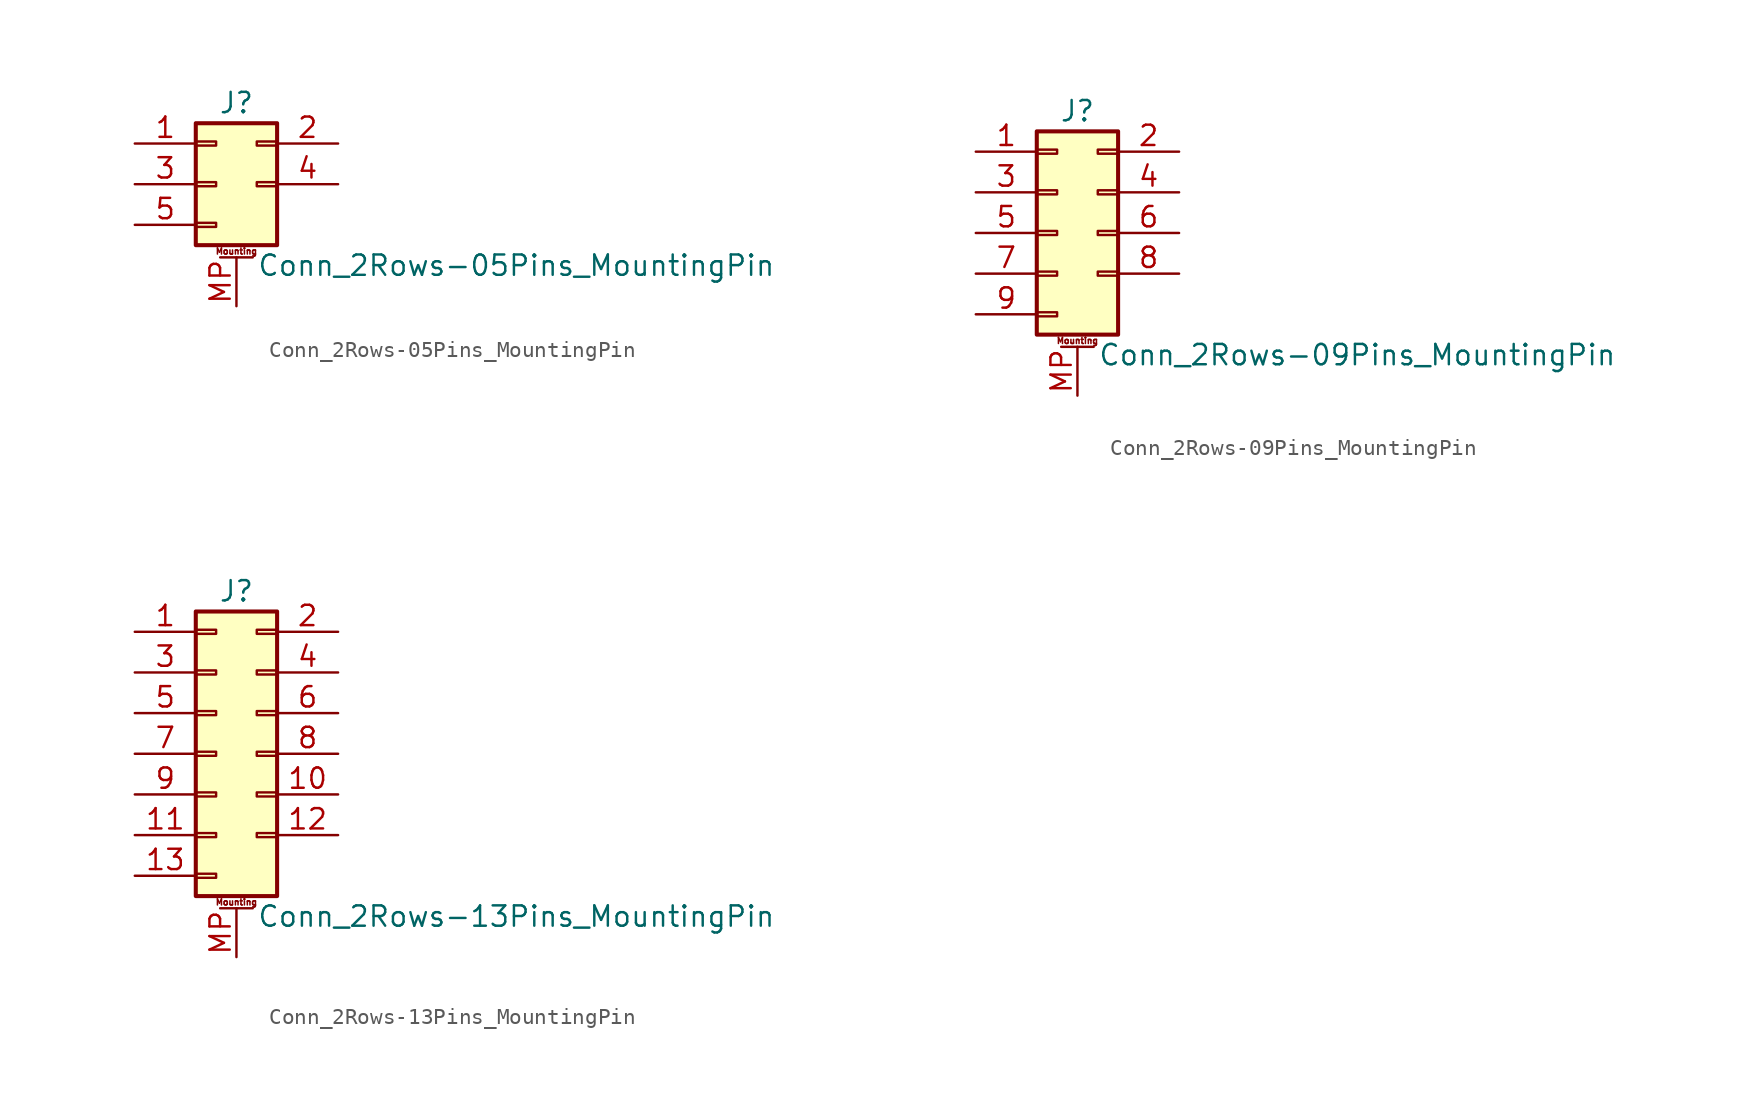
<source format=kicad_sym>
(kicad_symbol_lib
  (version 20211014)
  (generator kicad_symbol_editor)
  (symbol "Conn_2Rows-05Pins_MountingPin"
    (pin_names
      (offset 1.016) hide)
    (property "Reference" "J"
      (at 1.27 5.08 0)
      (effects (font (size 1.27 1.27))))
    (property "Value" "Conn_2Rows-05Pins_MountingPin"
      (at 2.54 -5.08 0)
      (effects (font (size 1.27 1.27)) (justify left)))
    (symbol "Conn_2Rows-05Pins_MountingPin_1_1"
      (rectangle (start -1.27 -2.413) (end 0 -2.667) (stroke (width 0.152) (type default) (color 0 0 0 0)) (fill (type none)))
      (rectangle (start -1.27 0.127) (end 0 -0.127) (stroke (width 0.152) (type default) (color 0 0 0 0)) (fill (type none)))
      (rectangle (start -1.27 2.667) (end 0 2.413) (stroke (width 0.152) (type default) (color 0 0 0 0)) (fill (type none)))
      (rectangle (start -1.27 3.81) (end 3.81 -3.81) (stroke (width 0.254) (type default) (color 0 0 0 0)) (fill (type background)))
      (polyline (pts (xy 0.254 -4.572) (xy 2.286 -4.572)) (stroke (width 0.152) (type default) (color 0 0 0 0)) (fill (type none)))
      (rectangle (start 3.81 0.127) (end 2.54 -0.127) (stroke (width 0.152) (type default) (color 0 0 0 0)) (fill (type none)))
      (rectangle (start 3.81 2.667) (end 2.54 2.413) (stroke (width 0.152) (type default) (color 0 0 0 0)) (fill (type none)))
      (text "Mounting" (at 1.27 -4.191 0) (effects (font (size 0.381 0.381))))
      (pin passive line (at -5.08 2.54 0) (length 3.81) (name "Pin_1" (effects (font (size 1.27 1.27)))) (number "1" (effects (font (size 1.27 1.27)))))
      (pin passive line (at 7.62 2.54 180) (length 3.81) (name "Pin_2" (effects (font (size 1.27 1.27)))) (number "2" (effects (font (size 1.27 1.27)))))
      (pin passive line (at -5.08 0 0) (length 3.81) (name "Pin_3" (effects (font (size 1.27 1.27)))) (number "3" (effects (font (size 1.27 1.27)))))
      (pin passive line (at 7.62 0 180) (length 3.81) (name "Pin_4" (effects (font (size 1.27 1.27)))) (number "4" (effects (font (size 1.27 1.27)))))
      (pin passive line (at -5.08 -2.54 0) (length 3.81) (name "Pin_5" (effects (font (size 1.27 1.27)))) (number "5" (effects (font (size 1.27 1.27)))))
      (pin passive line (at 1.27 -7.62 90) (length 3.048) (name "MountPin" (effects (font (size 1.27 1.27)))) (number "MP" (effects (font (size 1.27 1.27)))))))
  (symbol "Conn_2Rows-09Pins_MountingPin"
    (pin_names
      (offset 1.016) hide)
    (property "Reference" "J"
      (at 1.27 7.62 0)
      (effects (font (size 1.27 1.27))))
    (property "Value" "Conn_2Rows-09Pins_MountingPin"
      (at 2.54 -7.62 0)
      (effects (font (size 1.27 1.27)) (justify left)))
    (symbol "Conn_2Rows-09Pins_MountingPin_1_1"
      (rectangle (start -1.27 -4.953) (end 0 -5.207) (stroke (width 0.152) (type default) (color 0 0 0 0)) (fill (type none)))
      (rectangle (start -1.27 -2.413) (end 0 -2.667) (stroke (width 0.152) (type default) (color 0 0 0 0)) (fill (type none)))
      (rectangle (start -1.27 0.127) (end 0 -0.127) (stroke (width 0.152) (type default) (color 0 0 0 0)) (fill (type none)))
      (rectangle (start -1.27 2.667) (end 0 2.413) (stroke (width 0.152) (type default) (color 0 0 0 0)) (fill (type none)))
      (rectangle (start -1.27 5.207) (end 0 4.953) (stroke (width 0.152) (type default) (color 0 0 0 0)) (fill (type none)))
      (rectangle (start -1.27 6.35) (end 3.81 -6.35) (stroke (width 0.254) (type default) (color 0 0 0 0)) (fill (type background)))
      (polyline (pts (xy 0.254 -7.112) (xy 2.286 -7.112)) (stroke (width 0.152) (type default) (color 0 0 0 0)) (fill (type none)))
      (rectangle (start 3.81 -2.413) (end 2.54 -2.667) (stroke (width 0.152) (type default) (color 0 0 0 0)) (fill (type none)))
      (rectangle (start 3.81 0.127) (end 2.54 -0.127) (stroke (width 0.152) (type default) (color 0 0 0 0)) (fill (type none)))
      (rectangle (start 3.81 2.667) (end 2.54 2.413) (stroke (width 0.152) (type default) (color 0 0 0 0)) (fill (type none)))
      (rectangle (start 3.81 5.207) (end 2.54 4.953) (stroke (width 0.152) (type default) (color 0 0 0 0)) (fill (type none)))
      (text "Mounting" (at 1.27 -6.731 0) (effects (font (size 0.381 0.381))))
      (pin passive line (at -5.08 5.08 0) (length 3.81) (name "Pin_1" (effects (font (size 1.27 1.27)))) (number "1" (effects (font (size 1.27 1.27)))))
      (pin passive line (at 7.62 5.08 180) (length 3.81) (name "Pin_2" (effects (font (size 1.27 1.27)))) (number "2" (effects (font (size 1.27 1.27)))))
      (pin passive line (at -5.08 2.54 0) (length 3.81) (name "Pin_3" (effects (font (size 1.27 1.27)))) (number "3" (effects (font (size 1.27 1.27)))))
      (pin passive line (at 7.62 2.54 180) (length 3.81) (name "Pin_4" (effects (font (size 1.27 1.27)))) (number "4" (effects (font (size 1.27 1.27)))))
      (pin passive line (at -5.08 0 0) (length 3.81) (name "Pin_5" (effects (font (size 1.27 1.27)))) (number "5" (effects (font (size 1.27 1.27)))))
      (pin passive line (at 7.62 0 180) (length 3.81) (name "Pin_6" (effects (font (size 1.27 1.27)))) (number "6" (effects (font (size 1.27 1.27)))))
      (pin passive line (at -5.08 -2.54 0) (length 3.81) (name "Pin_7" (effects (font (size 1.27 1.27)))) (number "7" (effects (font (size 1.27 1.27)))))
      (pin passive line (at 7.62 -2.54 180) (length 3.81) (name "Pin_8" (effects (font (size 1.27 1.27)))) (number "8" (effects (font (size 1.27 1.27)))))
      (pin passive line (at -5.08 -5.08 0) (length 3.81) (name "Pin_9" (effects (font (size 1.27 1.27)))) (number "9" (effects (font (size 1.27 1.27)))))
      (pin passive line (at 1.27 -10.16 90) (length 3.048) (name "MountPin" (effects (font (size 1.27 1.27)))) (number "MP" (effects (font (size 1.27 1.27)))))))
  (symbol "Conn_2Rows-13Pins_MountingPin"
    (pin_names
      (offset 1.016) hide)
    (property "Reference" "J"
      (at 1.27 10.16 0)
      (effects (font (size 1.27 1.27))))
    (property "Value" "Conn_2Rows-13Pins_MountingPin"
      (at 2.54 -10.16 0)
      (effects (font (size 1.27 1.27)) (justify left)))
    (symbol "Conn_2Rows-13Pins_MountingPin_1_1"
      (rectangle (start -1.27 -7.493) (end 0 -7.747) (stroke (width 0.152) (type default) (color 0 0 0 0)) (fill (type none)))
      (rectangle (start -1.27 -4.953) (end 0 -5.207) (stroke (width 0.152) (type default) (color 0 0 0 0)) (fill (type none)))
      (rectangle (start -1.27 -2.413) (end 0 -2.667) (stroke (width 0.152) (type default) (color 0 0 0 0)) (fill (type none)))
      (rectangle (start -1.27 0.127) (end 0 -0.127) (stroke (width 0.152) (type default) (color 0 0 0 0)) (fill (type none)))
      (rectangle (start -1.27 2.667) (end 0 2.413) (stroke (width 0.152) (type default) (color 0 0 0 0)) (fill (type none)))
      (rectangle (start -1.27 5.207) (end 0 4.953) (stroke (width 0.152) (type default) (color 0 0 0 0)) (fill (type none)))
      (rectangle (start -1.27 7.747) (end 0 7.493) (stroke (width 0.152) (type default) (color 0 0 0 0)) (fill (type none)))
      (rectangle (start -1.27 8.89) (end 3.81 -8.89) (stroke (width 0.254) (type default) (color 0 0 0 0)) (fill (type background)))
      (polyline (pts (xy 0.254 -9.652) (xy 2.286 -9.652)) (stroke (width 0.152) (type default) (color 0 0 0 0)) (fill (type none)))
      (rectangle (start 3.81 -4.953) (end 2.54 -5.207) (stroke (width 0.152) (type default) (color 0 0 0 0)) (fill (type none)))
      (rectangle (start 3.81 -2.413) (end 2.54 -2.667) (stroke (width 0.152) (type default) (color 0 0 0 0)) (fill (type none)))
      (rectangle (start 3.81 0.127) (end 2.54 -0.127) (stroke (width 0.152) (type default) (color 0 0 0 0)) (fill (type none)))
      (rectangle (start 3.81 2.667) (end 2.54 2.413) (stroke (width 0.152) (type default) (color 0 0 0 0)) (fill (type none)))
      (rectangle (start 3.81 5.207) (end 2.54 4.953) (stroke (width 0.152) (type default) (color 0 0 0 0)) (fill (type none)))
      (rectangle (start 3.81 7.747) (end 2.54 7.493) (stroke (width 0.152) (type default) (color 0 0 0 0)) (fill (type none)))
      (text "Mounting" (at 1.27 -9.271 0) (effects (font (size 0.381 0.381))))
      (pin passive line (at -5.08 7.62 0) (length 3.81) (name "Pin_1" (effects (font (size 1.27 1.27)))) (number "1" (effects (font (size 1.27 1.27)))))
      (pin passive line (at 7.62 -2.54 180) (length 3.81) (name "Pin_10" (effects (font (size 1.27 1.27)))) (number "10" (effects (font (size 1.27 1.27)))))
      (pin passive line (at -5.08 -5.08 0) (length 3.81) (name "Pin_11" (effects (font (size 1.27 1.27)))) (number "11" (effects (font (size 1.27 1.27)))))
      (pin passive line (at 7.62 -5.08 180) (length 3.81) (name "Pin_12" (effects (font (size 1.27 1.27)))) (number "12" (effects (font (size 1.27 1.27)))))
      (pin passive line (at -5.08 -7.62 0) (length 3.81) (name "Pin_13" (effects (font (size 1.27 1.27)))) (number "13" (effects (font (size 1.27 1.27)))))
      (pin passive line (at 7.62 7.62 180) (length 3.81) (name "Pin_2" (effects (font (size 1.27 1.27)))) (number "2" (effects (font (size 1.27 1.27)))))
      (pin passive line (at -5.08 5.08 0) (length 3.81) (name "Pin_3" (effects (font (size 1.27 1.27)))) (number "3" (effects (font (size 1.27 1.27)))))
      (pin passive line (at 7.62 5.08 180) (length 3.81) (name "Pin_4" (effects (font (size 1.27 1.27)))) (number "4" (effects (font (size 1.27 1.27)))))
      (pin passive line (at -5.08 2.54 0) (length 3.81) (name "Pin_5" (effects (font (size 1.27 1.27)))) (number "5" (effects (font (size 1.27 1.27)))))
      (pin passive line (at 7.62 2.54 180) (length 3.81) (name "Pin_6" (effects (font (size 1.27 1.27)))) (number "6" (effects (font (size 1.27 1.27)))))
      (pin passive line (at -5.08 0 0) (length 3.81) (name "Pin_7" (effects (font (size 1.27 1.27)))) (number "7" (effects (font (size 1.27 1.27)))))
      (pin passive line (at 7.62 0 180) (length 3.81) (name "Pin_8" (effects (font (size 1.27 1.27)))) (number "8" (effects (font (size 1.27 1.27)))))
      (pin passive line (at -5.08 -2.54 0) (length 3.81) (name "Pin_9" (effects (font (size 1.27 1.27)))) (number "9" (effects (font (size 1.27 1.27)))))
      (pin passive line (at 1.27 -12.7 90) (length 3.048) (name "MountPin" (effects (font (size 1.27 1.27)))) (number "MP" (effects (font (size 1.27 1.27))))))))
</source>
